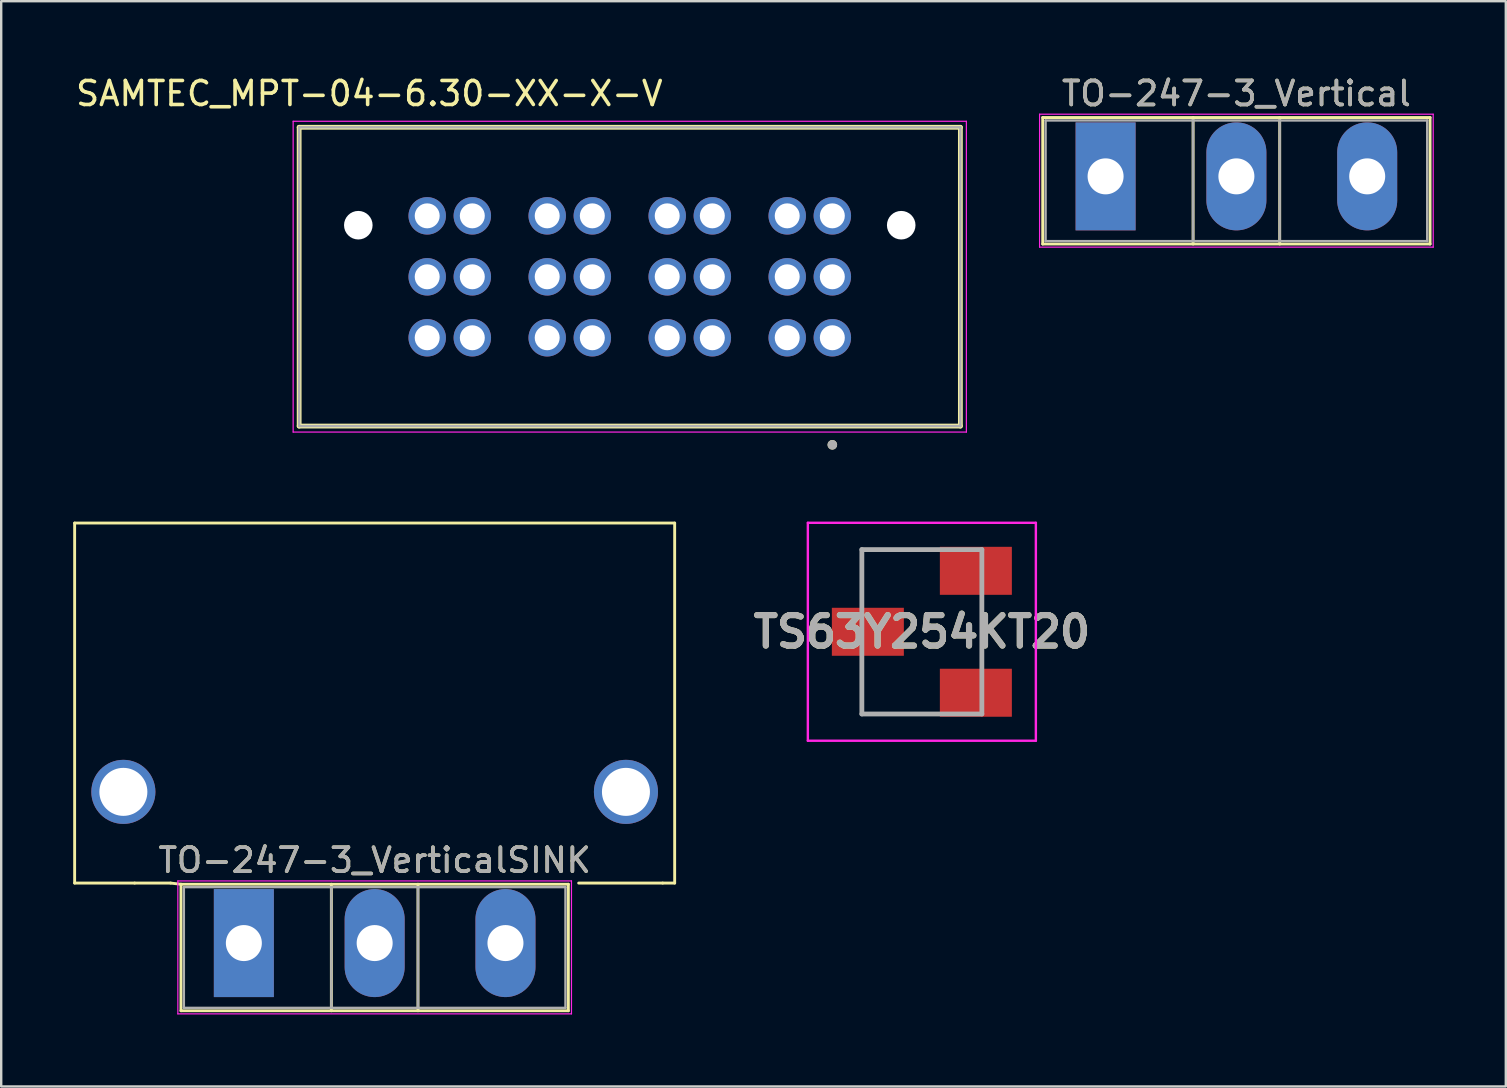
<source format=kicad_pcb>
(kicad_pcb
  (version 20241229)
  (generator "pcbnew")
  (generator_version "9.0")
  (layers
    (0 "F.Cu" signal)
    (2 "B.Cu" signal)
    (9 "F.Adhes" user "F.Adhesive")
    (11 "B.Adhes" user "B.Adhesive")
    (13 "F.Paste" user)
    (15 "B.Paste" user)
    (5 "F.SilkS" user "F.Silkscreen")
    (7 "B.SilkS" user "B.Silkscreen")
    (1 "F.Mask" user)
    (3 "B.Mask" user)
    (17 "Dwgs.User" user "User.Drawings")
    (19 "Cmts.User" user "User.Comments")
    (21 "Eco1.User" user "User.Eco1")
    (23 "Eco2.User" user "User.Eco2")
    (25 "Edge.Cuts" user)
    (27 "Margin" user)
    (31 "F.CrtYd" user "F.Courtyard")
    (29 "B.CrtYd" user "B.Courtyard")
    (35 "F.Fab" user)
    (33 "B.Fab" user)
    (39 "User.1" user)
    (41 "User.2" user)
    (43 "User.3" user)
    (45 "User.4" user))
  (footprint "TO-247-3_Vertical"
    (layer "F.Cu")
    (at 48.464 4.298)
    (property "Reference" "TO-247-3_Vertical" (at 0 -3.45 0) (layer "F.SilkS") (effects (font (size 1 1) (thickness 0.15))))
    (attr through_hole)
    (fp_line (start -8.07 -2.451) (end -8.07 2.82) (stroke (width 0.12) (type solid)) (layer "F.SilkS"))
    (fp_line (start -8.07 -2.451) (end 8.07 -2.451) (stroke (width 0.12) (type solid)) (layer "F.SilkS"))
    (fp_line (start -8.07 2.82) (end 8.07 2.82) (stroke (width 0.12) (type solid)) (layer "F.SilkS"))
    (fp_line (start -1.804 -2.451) (end -1.804 2.82) (stroke (width 0.12) (type solid)) (layer "F.SilkS"))
    (fp_line (start 1.805 -2.451) (end 1.805 2.82) (stroke (width 0.12) (type solid)) (layer "F.SilkS"))
    (fp_line (start 8.07 -2.451) (end 8.07 2.82) (stroke (width 0.12) (type solid)) (layer "F.SilkS"))
    (fp_line (start -8.2 -2.59) (end -8.2 2.95) (stroke (width 0.05) (type solid)) (layer "F.CrtYd"))
    (fp_line (start -8.2 2.95) (end 8.2 2.95) (stroke (width 0.05) (type solid)) (layer "F.CrtYd"))
    (fp_line (start 8.2 -2.59) (end -8.2 -2.59) (stroke (width 0.05) (type solid)) (layer "F.CrtYd"))
    (fp_line (start 8.2 2.95) (end 8.2 -2.59) (stroke (width 0.05) (type solid)) (layer "F.CrtYd"))
    (fp_line (start -7.95 -2.33) (end -7.95 2.7) (stroke (width 0.1) (type solid)) (layer "F.Fab"))
    (fp_line (start -7.95 2.7) (end 7.95 2.7) (stroke (width 0.1) (type solid)) (layer "F.Fab"))
    (fp_line (start -1.805 -2.33) (end -1.805 2.7) (stroke (width 0.1) (type solid)) (layer "F.Fab"))
    (fp_line (start 1.805 -2.33) (end 1.805 2.7) (stroke (width 0.1) (type solid)) (layer "F.Fab"))
    (fp_line (start 7.95 -2.33) (end -7.95 -2.33) (stroke (width 0.1) (type solid)) (layer "F.Fab"))
    (fp_line (start 7.95 2.7) (end 7.95 -2.33) (stroke (width 0.1) (type solid)) (layer "F.Fab"))
    (fp_text user "${REFERENCE}" (at 0 -3.45 0) (layer "F.Fab") (effects (font (size 1 1) (thickness 0.15))))
    (pad "1" thru_hole rect (at -5.45 0) (size 2.5 4.5) (drill 1.5) (layers "*.Cu" "*.Mask"))
    (pad "2" thru_hole oval (at 0 0) (size 2.5 4.5) (drill 1.5) (layers "*.Cu" "*.Mask"))
    (pad "3" thru_hole oval (at 5.45 0) (size 2.5 4.5) (drill 1.5) (layers "*.Cu" "*.Mask")))
  (footprint "SAMTEC_MPT-04-6.30-XX-X-V"
    (layer "F.Cu")
    (at 23.189 8.483)
    (property "Reference" "SAMTEC_MPT-04-6.30-XX-X-V" (at -10.85 -7.635 0) (layer "F.SilkS") (effects (font (size 1 1) (thickness 0.15))))
    (attr through_hole)
    (fp_line (start -13.775 -6.23) (end 13.775 -6.23) (stroke (width 0.2) (type solid)) (layer "F.SilkS"))
    (fp_line (start -13.775 6.22) (end -13.775 -6.23) (stroke (width 0.2) (type solid)) (layer "F.SilkS"))
    (fp_line (start 13.775 -6.23) (end 13.775 6.22) (stroke (width 0.2) (type solid)) (layer "F.SilkS"))
    (fp_line (start 13.775 6.22) (end -13.775 6.22) (stroke (width 0.2) (type solid)) (layer "F.SilkS"))
    (fp_circle (center 8.44 7) (end 8.54 7) (stroke (width 0.2) (type solid)) (fill no) (layer "F.SilkS"))
    (fp_line (start -14.025 -6.48) (end -14.025 6.47) (stroke (width 0.05) (type solid)) (layer "F.CrtYd"))
    (fp_line (start -14.025 6.47) (end 14.025 6.47) (stroke (width 0.05) (type solid)) (layer "F.CrtYd"))
    (fp_line (start 14.025 -6.48) (end -14.025 -6.48) (stroke (width 0.05) (type solid)) (layer "F.CrtYd"))
    (fp_line (start 14.025 6.47) (end 14.025 -6.48) (stroke (width 0.05) (type solid)) (layer "F.CrtYd"))
    (fp_line (start -13.775 -6.23) (end 13.775 -6.23) (stroke (width 0.1) (type solid)) (layer "F.Fab"))
    (fp_line (start -13.775 6.22) (end -13.775 -6.23) (stroke (width 0.1) (type solid)) (layer "F.Fab"))
    (fp_line (start 13.775 -6.23) (end 13.775 6.22) (stroke (width 0.1) (type solid)) (layer "F.Fab"))
    (fp_line (start 13.775 6.22) (end -13.775 6.22) (stroke (width 0.1) (type solid)) (layer "F.Fab"))
    (fp_circle (center 8.44 7) (end 8.54 7) (stroke (width 0.2) (type solid)) (fill no) (layer "F.Fab"))
    (pad "" np_thru_hole circle (at -11.31 -2.15) (size 1.19 1.19) (drill 1.19) (layers "*.Cu" "*.Mask"))
    (pad "" np_thru_hole circle (at 11.31 -2.15) (size 1.19 1.19) (drill 1.19) (layers "*.Cu" "*.Mask"))
    (pad "P01_1" thru_hole circle (at 8.44 2.54) (size 1.56 1.56) (drill 1.04) (layers "*.Cu" "*.Mask"))
    (pad "P01_2" thru_hole circle (at 8.44 0) (size 1.56 1.56) (drill 1.04) (layers "*.Cu" "*.Mask"))
    (pad "P01_3" thru_hole circle (at 8.44 -2.54) (size 1.56 1.56) (drill 1.04) (layers "*.Cu" "*.Mask"))
    (pad "P01_4" thru_hole circle (at 6.56 2.54) (size 1.56 1.56) (drill 1.04) (layers "*.Cu" "*.Mask"))
    (pad "P01_5" thru_hole circle (at 6.56 0) (size 1.56 1.56) (drill 1.04) (layers "*.Cu" "*.Mask"))
    (pad "P01_6" thru_hole circle (at 6.56 -2.54) (size 1.56 1.56) (drill 1.04) (layers "*.Cu" "*.Mask"))
    (pad "P02_1" thru_hole circle (at 3.44 2.54) (size 1.56 1.56) (drill 1.04) (layers "*.Cu" "*.Mask"))
    (pad "P02_2" thru_hole circle (at 3.44 0) (size 1.56 1.56) (drill 1.04) (layers "*.Cu" "*.Mask"))
    (pad "P02_3" thru_hole circle (at 3.44 -2.54) (size 1.56 1.56) (drill 1.04) (layers "*.Cu" "*.Mask"))
    (pad "P02_4" thru_hole circle (at 1.56 2.54) (size 1.56 1.56) (drill 1.04) (layers "*.Cu" "*.Mask"))
    (pad "P02_5" thru_hole circle (at 1.56 0) (size 1.56 1.56) (drill 1.04) (layers "*.Cu" "*.Mask"))
    (pad "P02_6" thru_hole circle (at 1.56 -2.54) (size 1.56 1.56) (drill 1.04) (layers "*.Cu" "*.Mask"))
    (pad "P03_1" thru_hole circle (at -1.56 2.54) (size 1.56 1.56) (drill 1.04) (layers "*.Cu" "*.Mask"))
    (pad "P03_2" thru_hole circle (at -1.56 0) (size 1.56 1.56) (drill 1.04) (layers "*.Cu" "*.Mask"))
    (pad "P03_3" thru_hole circle (at -1.56 -2.54) (size 1.56 1.56) (drill 1.04) (layers "*.Cu" "*.Mask"))
    (pad "P03_4" thru_hole circle (at -3.44 2.54) (size 1.56 1.56) (drill 1.04) (layers "*.Cu" "*.Mask"))
    (pad "P03_5" thru_hole circle (at -3.44 0) (size 1.56 1.56) (drill 1.04) (layers "*.Cu" "*.Mask"))
    (pad "P03_6" thru_hole circle (at -3.44 -2.54) (size 1.56 1.56) (drill 1.04) (layers "*.Cu" "*.Mask"))
    (pad "P04_1" thru_hole circle (at -6.56 2.54) (size 1.56 1.56) (drill 1.04) (layers "*.Cu" "*.Mask"))
    (pad "P04_2" thru_hole circle (at -6.56 0) (size 1.56 1.56) (drill 1.04) (layers "*.Cu" "*.Mask"))
    (pad "P04_3" thru_hole circle (at -6.56 -2.54) (size 1.56 1.56) (drill 1.04) (layers "*.Cu" "*.Mask"))
    (pad "P04_4" thru_hole circle (at -8.44 2.54) (size 1.56 1.56) (drill 1.04) (layers "*.Cu" "*.Mask"))
    (pad "P04_5" thru_hole circle (at -8.44 0) (size 1.56 1.56) (drill 1.04) (layers "*.Cu" "*.Mask"))
    (pad "P04_6" thru_hole circle (at -8.44 -2.54) (size 1.56 1.56) (drill 1.04) (layers "*.Cu" "*.Mask")))
  (footprint "TS63Y254KT20"
    (layer "F.Cu")
    (at 35.359 23.273)
    (property "Reference" "TS63Y254KT20" (at 0 0 0) (layer "F.SilkS") (effects (font (size 1.27 1.27) (thickness 0.254))))
    (attr smd)
    (fp_line (start -2.5 -3.425) (end -2.5 -2) (stroke (width 0.1) (type solid)) (layer "F.SilkS"))
    (fp_line (start -2.5 2) (end -2.5 3.425) (stroke (width 0.1) (type solid)) (layer "F.SilkS"))
    (fp_line (start -2.5 3.425) (end 0 3.425) (stroke (width 0.1) (type solid)) (layer "F.SilkS"))
    (fp_line (start -2.25 -3.425) (end -2.5 -3.425) (stroke (width 0.1) (type solid)) (layer "F.SilkS"))
    (fp_line (start 0 -3.425) (end -2.25 -3.425) (stroke (width 0.1) (type solid)) (layer "F.SilkS"))
    (fp_line (start -4.75 -4.54) (end 4.75 -4.54) (stroke (width 0.1) (type solid)) (layer "F.CrtYd"))
    (fp_line (start -4.75 4.54) (end -4.75 -4.54) (stroke (width 0.1) (type solid)) (layer "F.CrtYd"))
    (fp_line (start 4.75 -4.54) (end 4.75 4.54) (stroke (width 0.1) (type solid)) (layer "F.CrtYd"))
    (fp_line (start 4.75 4.54) (end -4.75 4.54) (stroke (width 0.1) (type solid)) (layer "F.CrtYd"))
    (fp_line (start -2.5 -3.425) (end 2.5 -3.425) (stroke (width 0.2) (type solid)) (layer "F.Fab"))
    (fp_line (start -2.5 3.425) (end -2.5 -3.425) (stroke (width 0.2) (type solid)) (layer "F.Fab"))
    (fp_line (start 2.5 -3.425) (end 2.5 3.425) (stroke (width 0.2) (type solid)) (layer "F.Fab"))
    (fp_line (start 2.5 3.425) (end -2.5 3.425) (stroke (width 0.2) (type solid)) (layer "F.Fab"))
    (fp_text user "${REFERENCE}" (at 0 0 0) (layer "F.Fab") (effects (font (size 1.27 1.27) (thickness 0.254))))
    (pad "1" smd rect (at 2.25 -2.54 90) (size 2 3) (layers "F.Cu" "F.Mask" "F.Paste"))
    (pad "2" smd rect (at -2.25 0 90) (size 2 3) (layers "F.Cu" "F.Mask" "F.Paste"))
    (pad "3" smd rect (at 2.25 2.54 90) (size 2 3) (layers "F.Cu" "F.Mask" "F.Paste")))
  (footprint "TO-247-3_VerticalSINK"
    (layer "F.Cu")
    (at 12.56 36.243)
    (property "Reference" "TO-247-3_VerticalSINK" (at 0 -3.45 0) (layer "F.SilkS") (effects (font (size 1 1) (thickness 0.15))))
    (attr through_hole)
    (fp_line (start -12.5 -17.5) (end -12.5 -2.5) (stroke (width 0.12) (type solid)) (layer "F.SilkS"))
    (fp_line (start -12.5 -2.5) (end -10 -2.5) (stroke (width 0.12) (type solid)) (layer "F.SilkS"))
    (fp_line (start -10 -2.5) (end -8.5 -2.5) (stroke (width 0.12) (type solid)) (layer "F.SilkS"))
    (fp_line (start -8.5 -2.5) (end -8.07 -2.451) (stroke (width 0.12) (type solid)) (layer "F.SilkS"))
    (fp_line (start -8.07 -2.451) (end -8.07 2.82) (stroke (width 0.12) (type solid)) (layer "F.SilkS"))
    (fp_line (start -8.07 -2.451) (end 8.07 -2.451) (stroke (width 0.12) (type solid)) (layer "F.SilkS"))
    (fp_line (start -8.07 2.82) (end 8.07 2.82) (stroke (width 0.12) (type solid)) (layer "F.SilkS"))
    (fp_line (start -1.804 -2.451) (end -1.804 2.82) (stroke (width 0.12) (type solid)) (layer "F.SilkS"))
    (fp_line (start 1.805 -2.451) (end 1.805 2.82) (stroke (width 0.12) (type solid)) (layer "F.SilkS"))
    (fp_line (start 8.07 -2.451) (end 8.07 2.82) (stroke (width 0.12) (type solid)) (layer "F.SilkS"))
    (fp_line (start 8.5 -2.5) (end 12 -2.5) (stroke (width 0.12) (type solid)) (layer "F.SilkS"))
    (fp_line (start 12 -2.5) (end 12.5 -2.5) (stroke (width 0.12) (type solid)) (layer "F.SilkS"))
    (fp_line (start 12.5 -17.5) (end -12.5 -17.5) (stroke (width 0.12) (type solid)) (layer "F.SilkS"))
    (fp_line (start 12.5 -2.5) (end 12.5 -17.5) (stroke (width 0.12) (type solid)) (layer "F.SilkS"))
    (fp_line (start -8.2 -2.59) (end -8.2 2.95) (stroke (width 0.05) (type solid)) (layer "F.CrtYd"))
    (fp_line (start -8.2 2.95) (end 8.2 2.95) (stroke (width 0.05) (type solid)) (layer "F.CrtYd"))
    (fp_line (start 8.2 -2.59) (end -8.2 -2.59) (stroke (width 0.05) (type solid)) (layer "F.CrtYd"))
    (fp_line (start 8.2 2.95) (end 8.2 -2.59) (stroke (width 0.05) (type solid)) (layer "F.CrtYd"))
    (fp_line (start -7.95 -2.33) (end -7.95 2.7) (stroke (width 0.1) (type solid)) (layer "F.Fab"))
    (fp_line (start -7.95 2.7) (end 7.95 2.7) (stroke (width 0.1) (type solid)) (layer "F.Fab"))
    (fp_line (start -1.805 -2.33) (end -1.805 2.7) (stroke (width 0.1) (type solid)) (layer "F.Fab"))
    (fp_line (start 1.805 -2.33) (end 1.805 2.7) (stroke (width 0.1) (type solid)) (layer "F.Fab"))
    (fp_line (start 7.95 -2.33) (end -7.95 -2.33) (stroke (width 0.1) (type solid)) (layer "F.Fab"))
    (fp_line (start 7.95 2.7) (end 7.95 -2.33) (stroke (width 0.1) (type solid)) (layer "F.Fab"))
    (fp_text user "${REFERENCE}" (at 0 -3.45 0) (layer "F.Fab") (effects (font (size 1 1) (thickness 0.15))))
    (pad "" thru_hole circle (at -10.47 -6.3) (size 2.67 2.67) (drill 2) (layers "*.Cu" "*.Mask"))
    (pad "" thru_hole circle (at 10.47 -6.3) (size 2.67 2.67) (drill 2) (layers "*.Cu" "*.Mask"))
    (pad "1" thru_hole rect (at -5.45 0) (size 2.5 4.5) (drill 1.5) (layers "*.Cu" "*.Mask"))
    (pad "2" thru_hole oval (at 0 0) (size 2.5 4.5) (drill 1.5) (layers "*.Cu" "*.Mask"))
    (pad "3" thru_hole oval (at 5.45 0) (size 2.5 4.5) (drill 1.5) (layers "*.Cu" "*.Mask")))
  (gr_rect
    (start -3 -3)
    (end 59.689 42.218)
    (stroke (width 0.1) (type default))
    (fill no)
    (layer "Edge.Cuts")))
</source>
